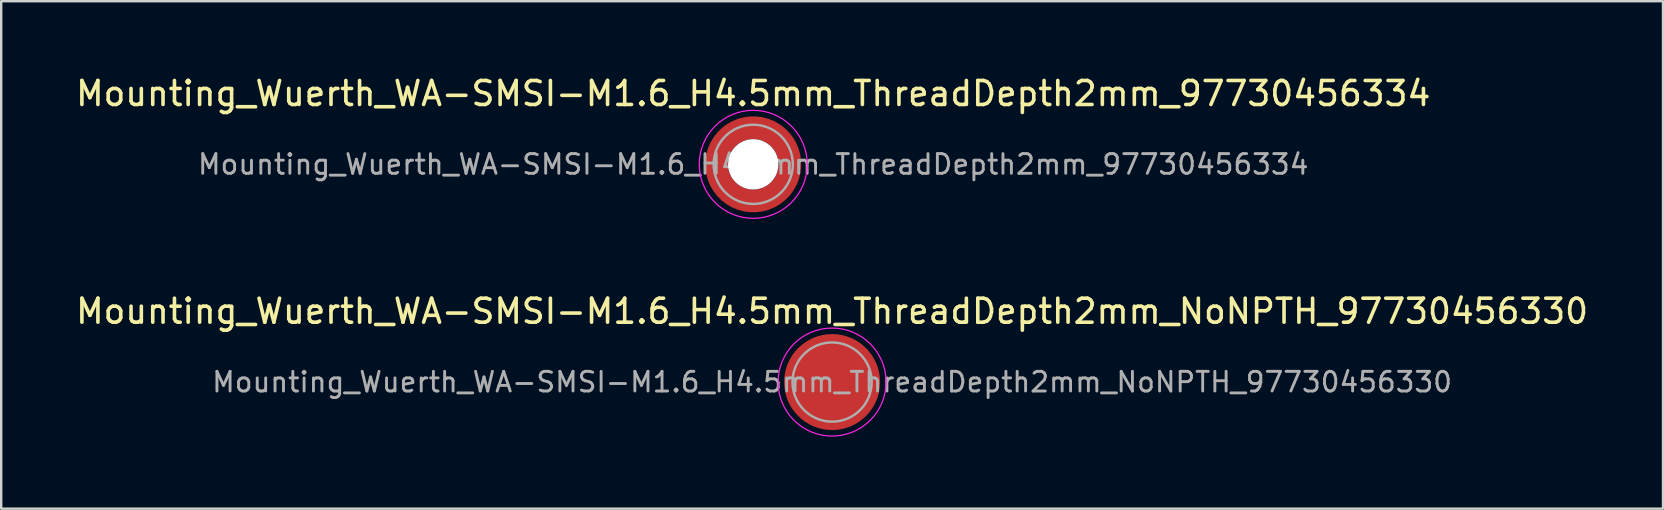
<source format=kicad_pcb>
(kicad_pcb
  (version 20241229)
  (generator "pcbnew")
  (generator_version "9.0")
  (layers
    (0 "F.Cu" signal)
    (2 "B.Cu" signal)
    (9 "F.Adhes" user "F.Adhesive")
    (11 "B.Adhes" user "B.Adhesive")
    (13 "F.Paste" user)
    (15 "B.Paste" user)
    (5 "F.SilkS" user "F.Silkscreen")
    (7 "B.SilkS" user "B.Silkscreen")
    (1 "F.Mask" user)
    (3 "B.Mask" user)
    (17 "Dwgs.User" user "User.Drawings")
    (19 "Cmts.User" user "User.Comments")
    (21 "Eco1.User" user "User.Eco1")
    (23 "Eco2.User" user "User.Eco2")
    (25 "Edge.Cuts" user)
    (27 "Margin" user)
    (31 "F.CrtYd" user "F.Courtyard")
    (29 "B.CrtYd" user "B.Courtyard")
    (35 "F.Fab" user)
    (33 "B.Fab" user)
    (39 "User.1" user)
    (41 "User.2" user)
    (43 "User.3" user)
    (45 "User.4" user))
  (footprint "Mounting_Wuerth_WA-SMSI-M1.6_H4.5mm_ThreadDepth2mm_NoNPTH_97730456330"
    (layer "F.Cu")
    (at 31.625 12.871)
    (property "Reference" "Mounting_Wuerth_WA-SMSI-M1.6_H4.5mm_ThreadDepth2mm_NoNPTH_97730456330" (at 0 -2.95 0) (layer "F.SilkS") (effects (font (size 1 1) (thickness 0.15))))
    (attr smd allow_soldermask_bridges)
    (fp_circle (center 0 0) (end 2.25 0) (stroke (width 0.05) (type solid)) (fill no) (layer "F.CrtYd"))
    (fp_circle (center 0 0) (end 1.65 0) (stroke (width 0.1) (type solid)) (fill no) (layer "F.Fab"))
    (fp_text user "${REFERENCE}" (at 0 0 0) (layer "F.Fab") (effects (font (size 0.82 0.82) (thickness 0.12))))
    (pad "" smd custom (at -0.778 -0.778) (size 0.8 0.8) (layers "F.Paste") (options (anchor circle)) (primitives (gr_arc (start 0.465568 0.527817) (mid 0.494975 0.494975) (end 0.527817 0.465568) (width 0.2)) (gr_arc (start 0.344805 0.527817) (mid 0.424264 0.424264) (end 0.527817 0.344805) (width 0.2)) (gr_arc (start 0.232382 0.527817) (mid 0.353553 0.353553) (end 0.527817 0.232382) (width 0.2)) (gr_arc (start 0.123983 0.527817) (mid 0.282843 0.282843) (end 0.527817 0.123983) (width 0.2)) (gr_arc (start 0.017883 0.527817) (mid 0.212132 0.212132) (end 0.527817 0.017883) (width 0.2)) (gr_arc (start -0.086763 0.527817) (mid 0.141421 0.141421) (end 0.527817 -0.086763) (width 0.2)) (gr_arc (start -0.190428 0.527817) (mid 0.070711 0.070711) (end 0.527817 -0.190428) (width 0.2)) (gr_arc (start -0.293397 0.527817) (mid 0 0) (end 0.527817 -0.293397) (width 0.2)) (gr_arc (start -0.395852 0.527817) (mid -0.070711 -0.070711) (end 0.527817 -0.395852) (width 0.2)) (gr_arc (start -0.497918 0.527817) (mid -0.141421 -0.141421) (end 0.527817 -0.497918) (width 0.2)) (gr_arc (start -0.59968 0.527817) (mid -0.212132 -0.212132) (end 0.527817 -0.59968) (width 0.2)) (gr_arc (start -0.701202 0.527817) (mid -0.282843 -0.282843) (end 0.527817 -0.701202) (width 0.2)) (gr_arc (start -0.802531 0.527817) (mid -0.353553 -0.353553) (end 0.527817 -0.802531) (width 0.2)) (gr_arc (start -0.9037 0.527817) (mid -0.424264 -0.424264) (end 0.527817 -0.9037) (width 0.2)) (gr_arc (start -1.004737 0.527817) (mid -0.494975 -0.494975) (end 0.527817 -1.004737) (width 0.2)) (gr_line (start 0.528 0.466) (end 0.528 -1.005) (width 0.2)) (gr_line (start 0.466 0.528) (end -1.005 0.528) (width 0.2))))
    (pad "" smd custom (at -0.778 0.778) (size 0.8 0.8) (layers "F.Paste") (options (anchor circle)) (primitives (gr_arc (start 0.527817 -0.465568) (mid 0.494975 -0.494975) (end 0.465568 -0.527817) (width 0.2)) (gr_arc (start 0.527817 -0.344805) (mid 0.424264 -0.424264) (end 0.344805 -0.527817) (width 0.2)) (gr_arc (start 0.527817 -0.232382) (mid 0.353553 -0.353553) (end 0.232382 -0.527817) (width 0.2)) (gr_arc (start 0.527817 -0.123983) (mid 0.282843 -0.282843) (end 0.123983 -0.527817) (width 0.2)) (gr_arc (start 0.527817 -0.017883) (mid 0.212132 -0.212132) (end 0.017883 -0.527817) (width 0.2)) (gr_arc (start 0.527817 0.086763) (mid 0.141421 -0.141421) (end -0.086763 -0.527817) (width 0.2)) (gr_arc (start 0.527817 0.190428) (mid 0.070711 -0.070711) (end -0.190428 -0.527817) (width 0.2)) (gr_arc (start 0.527817 0.293397) (mid 0 0) (end -0.293397 -0.527817) (width 0.2)) (gr_arc (start 0.527817 0.395852) (mid -0.070711 0.070711) (end -0.395852 -0.527817) (width 0.2)) (gr_arc (start 0.527817 0.497918) (mid -0.141421 0.141421) (end -0.497918 -0.527817) (width 0.2)) (gr_arc (start 0.527817 0.59968) (mid -0.212132 0.212132) (end -0.59968 -0.527817) (width 0.2)) (gr_arc (start 0.527817 0.701202) (mid -0.282843 0.282843) (end -0.701202 -0.527817) (width 0.2)) (gr_arc (start 0.527817 0.802531) (mid -0.353553 0.353553) (end -0.802531 -0.527817) (width 0.2)) (gr_arc (start 0.527817 0.9037) (mid -0.424264 0.424264) (end -0.9037 -0.527817) (width 0.2)) (gr_arc (start 0.527817 1.004737) (mid -0.494975 0.494975) (end -1.004737 -0.527817) (width 0.2)) (gr_line (start 0.466 -0.528) (end -1.005 -0.528) (width 0.2)) (gr_line (start 0.528 -0.466) (end 0.528 1.005) (width 0.2))))
    (pad "" smd custom (at 0.778 -0.778) (size 0.8 0.8) (layers "F.Paste") (options (anchor circle)) (primitives (gr_arc (start -0.527817 0.465568) (mid -0.494975 0.494975) (end -0.465568 0.527817) (width 0.2)) (gr_arc (start -0.527817 0.344805) (mid -0.424264 0.424264) (end -0.344805 0.527817) (width 0.2)) (gr_arc (start -0.527817 0.232382) (mid -0.353553 0.353553) (end -0.232382 0.527817) (width 0.2)) (gr_arc (start -0.527817 0.123983) (mid -0.282843 0.282843) (end -0.123983 0.527817) (width 0.2)) (gr_arc (start -0.527817 0.017883) (mid -0.212132 0.212132) (end -0.017883 0.527817) (width 0.2)) (gr_arc (start -0.527817 -0.086763) (mid -0.141421 0.141421) (end 0.086763 0.527817) (width 0.2)) (gr_arc (start -0.527817 -0.190428) (mid -0.070711 0.070711) (end 0.190428 0.527817) (width 0.2)) (gr_arc (start -0.527817 -0.293397) (mid 0 0) (end 0.293397 0.527817) (width 0.2)) (gr_arc (start -0.527817 -0.395852) (mid 0.070711 -0.070711) (end 0.395852 0.527817) (width 0.2)) (gr_arc (start -0.527817 -0.497918) (mid 0.141421 -0.141421) (end 0.497918 0.527817) (width 0.2)) (gr_arc (start -0.527817 -0.59968) (mid 0.212132 -0.212132) (end 0.59968 0.527817) (width 0.2)) (gr_arc (start -0.527817 -0.701202) (mid 0.282843 -0.282843) (end 0.701202 0.527817) (width 0.2)) (gr_arc (start -0.527817 -0.802531) (mid 0.353553 -0.353553) (end 0.802531 0.527817) (width 0.2)) (gr_arc (start -0.527817 -0.9037) (mid 0.424264 -0.424264) (end 0.9037 0.527817) (width 0.2)) (gr_arc (start -0.527817 -1.004737) (mid 0.494975 -0.494975) (end 1.004737 0.527817) (width 0.2)) (gr_line (start -0.466 0.528) (end 1.005 0.528) (width 0.2)) (gr_line (start -0.528 0.466) (end -0.528 -1.005) (width 0.2))))
    (pad "" smd custom (at 0.778 0.778) (size 0.8 0.8) (layers "F.Paste") (options (anchor circle)) (primitives (gr_arc (start -0.465568 -0.527817) (mid -0.494975 -0.494975) (end -0.527817 -0.465568) (width 0.2)) (gr_arc (start -0.344805 -0.527817) (mid -0.424264 -0.424264) (end -0.527817 -0.344805) (width 0.2)) (gr_arc (start -0.232382 -0.527817) (mid -0.353553 -0.353553) (end -0.527817 -0.232382) (width 0.2)) (gr_arc (start -0.123983 -0.527817) (mid -0.282843 -0.282843) (end -0.527817 -0.123983) (width 0.2)) (gr_arc (start -0.017883 -0.527817) (mid -0.212132 -0.212132) (end -0.527817 -0.017883) (width 0.2)) (gr_arc (start 0.086763 -0.527817) (mid -0.141421 -0.141421) (end -0.527817 0.086763) (width 0.2)) (gr_arc (start 0.190428 -0.527817) (mid -0.070711 -0.070711) (end -0.527817 0.190428) (width 0.2)) (gr_arc (start 0.293397 -0.527817) (mid 0 0) (end -0.527817 0.293397) (width 0.2)) (gr_arc (start 0.395852 -0.527817) (mid 0.070711 0.070711) (end -0.527817 0.395852) (width 0.2)) (gr_arc (start 0.497918 -0.527817) (mid 0.141421 0.141421) (end -0.527817 0.497918) (width 0.2)) (gr_arc (start 0.59968 -0.527817) (mid 0.212132 0.212132) (end -0.527817 0.59968) (width 0.2)) (gr_arc (start 0.701202 -0.527817) (mid 0.282843 0.282843) (end -0.527817 0.701202) (width 0.2)) (gr_arc (start 0.802531 -0.527817) (mid 0.353553 0.353553) (end -0.527817 0.802531) (width 0.2)) (gr_arc (start 0.9037 -0.527817) (mid 0.424264 0.424264) (end -0.527817 0.9037) (width 0.2)) (gr_arc (start 1.004737 -0.527817) (mid 0.494975 0.494975) (end -0.527817 1.004737) (width 0.2)) (gr_line (start -0.528 -0.466) (end -0.528 1.005) (width 0.2)) (gr_line (start -0.466 -0.528) (end 1.005 -0.528) (width 0.2))))
    (pad "1" smd circle (at 0 0) (size 4 4) (layers "F.Cu" "F.Mask")))
  (footprint "Mounting_Wuerth_WA-SMSI-M1.6_H4.5mm_ThreadDepth2mm_97730456334"
    (layer "F.Cu")
    (at 28.339 3.798)
    (property "Reference" "Mounting_Wuerth_WA-SMSI-M1.6_H4.5mm_ThreadDepth2mm_97730456334" (at 0 -2.95 0) (layer "F.SilkS") (effects (font (size 1 1) (thickness 0.15))))
    (attr smd allow_soldermask_bridges)
    (fp_circle (center 0 0) (end 2.25 0) (stroke (width 0.05) (type solid)) (fill no) (layer "F.CrtYd"))
    (fp_circle (center 0 0) (end 1.65 0) (stroke (width 0.1) (type solid)) (fill no) (layer "F.Fab"))
    (fp_text user "${REFERENCE}" (at 0 0 0) (layer "F.Fab") (effects (font (size 0.82 0.82) (thickness 0.12))))
    (pad "" smd custom (at -1.061 -1.061) (size 0.4 0.4) (layers "F.Paste") (options (anchor circle)) (primitives (gr_arc (start -0.101235 0.76066) (mid 0.212132 0.212132) (end 0.76066 -0.101235) (width 0.2)) (gr_arc (start -0.204251 0.76066) (mid 0.141421 0.141421) (end 0.76066 -0.204251) (width 0.2)) (gr_arc (start -0.306819 0.76066) (mid 0.070711 0.070711) (end 0.76066 -0.306819) (width 0.2)) (gr_arc (start -0.409034 0.76066) (mid 0 0) (end 0.76066 -0.409034) (width 0.2)) (gr_arc (start -0.510963 0.76066) (mid -0.070711 -0.070711) (end 0.76066 -0.510963) (width 0.2)) (gr_arc (start -0.61266 0.76066) (mid -0.141421 -0.141421) (end 0.76066 -0.61266) (width 0.2)) (gr_arc (start -0.714164 0.76066) (mid -0.212132 -0.212132) (end 0.76066 -0.714164) (width 0.2)) (gr_line (start 0.761 -0.101) (end 0.761 -0.714) (width 0.2)) (gr_line (start -0.101 0.761) (end -0.714 0.761) (width 0.2))))
    (pad "" smd custom (at -1.061 1.061) (size 0.4 0.4) (layers "F.Paste") (options (anchor circle)) (primitives (gr_arc (start 0.76066 0.101235) (mid 0.212132 -0.212132) (end -0.101235 -0.76066) (width 0.2)) (gr_arc (start 0.76066 0.204251) (mid 0.141421 -0.141421) (end -0.204251 -0.76066) (width 0.2)) (gr_arc (start 0.76066 0.306819) (mid 0.070711 -0.070711) (end -0.306819 -0.76066) (width 0.2)) (gr_arc (start 0.76066 0.409034) (mid 0 0) (end -0.409034 -0.76066) (width 0.2)) (gr_arc (start 0.76066 0.510963) (mid -0.070711 0.070711) (end -0.510963 -0.76066) (width 0.2)) (gr_arc (start 0.76066 0.61266) (mid -0.141421 0.141421) (end -0.61266 -0.76066) (width 0.2)) (gr_arc (start 0.76066 0.714164) (mid -0.212132 0.212132) (end -0.714164 -0.76066) (width 0.2)) (gr_line (start -0.101 -0.761) (end -0.714 -0.761) (width 0.2)) (gr_line (start 0.761 0.101) (end 0.761 0.714) (width 0.2))))
    (pad "" np_thru_hole circle (at 0 0) (size 2.1 2.1) (drill 2.1) (layers "*.Cu" "*.Mask"))
    (pad "" smd custom (at 1.061 -1.061) (size 0.4 0.4) (layers "F.Paste") (options (anchor circle)) (primitives (gr_arc (start -0.76066 -0.101235) (mid -0.212132 0.212132) (end 0.101235 0.76066) (width 0.2)) (gr_arc (start -0.76066 -0.204251) (mid -0.141421 0.141421) (end 0.204251 0.76066) (width 0.2)) (gr_arc (start -0.76066 -0.306819) (mid -0.070711 0.070711) (end 0.306819 0.76066) (width 0.2)) (gr_arc (start -0.76066 -0.409034) (mid 0 0) (end 0.409034 0.76066) (width 0.2)) (gr_arc (start -0.76066 -0.510963) (mid 0.070711 -0.070711) (end 0.510963 0.76066) (width 0.2)) (gr_arc (start -0.76066 -0.61266) (mid 0.141421 -0.141421) (end 0.61266 0.76066) (width 0.2)) (gr_arc (start -0.76066 -0.714164) (mid 0.212132 -0.212132) (end 0.714164 0.76066) (width 0.2)) (gr_line (start 0.101 0.761) (end 0.714 0.761) (width 0.2)) (gr_line (start -0.761 -0.101) (end -0.761 -0.714) (width 0.2))))
    (pad "" smd custom (at 1.061 1.061) (size 0.4 0.4) (layers "F.Paste") (options (anchor circle)) (primitives (gr_arc (start 0.101235 -0.76066) (mid -0.212132 -0.212132) (end -0.76066 0.101235) (width 0.2)) (gr_arc (start 0.204251 -0.76066) (mid -0.141421 -0.141421) (end -0.76066 0.204251) (width 0.2)) (gr_arc (start 0.306819 -0.76066) (mid -0.070711 -0.070711) (end -0.76066 0.306819) (width 0.2)) (gr_arc (start 0.409034 -0.76066) (mid 0 0) (end -0.76066 0.409034) (width 0.2)) (gr_arc (start 0.510963 -0.76066) (mid 0.070711 0.070711) (end -0.76066 0.510963) (width 0.2)) (gr_arc (start 0.61266 -0.76066) (mid 0.141421 0.141421) (end -0.76066 0.61266) (width 0.2)) (gr_arc (start 0.714164 -0.76066) (mid 0.212132 0.212132) (end -0.76066 0.714164) (width 0.2)) (gr_line (start -0.761 0.101) (end -0.761 0.714) (width 0.2)) (gr_line (start 0.101 -0.761) (end 0.714 -0.761) (width 0.2))))
    (pad "1" smd circle (at -1.525 0) (size 0.442 0.442) (layers "F.Cu"))
    (pad "1" smd circle (at 0 -1.525) (size 0.442 0.442) (layers "F.Cu"))
    (pad "1" smd circle (at 0 1.525) (size 0.442 0.442) (layers "F.Cu"))
    (pad "1" smd custom (at 1.525 0) (size 0.95 0.95) (layers "F.Cu" "F.Mask") (options (anchor circle)) (primitives (gr_circle (center -1.525 0) (end 0 0) (width 0.95) (fill no)))))
  (gr_rect
    (start -3 -3)
    (end 66.25 18.146)
    (stroke (width 0.1) (type default))
    (fill no)
    (layer "Edge.Cuts")))
</source>
